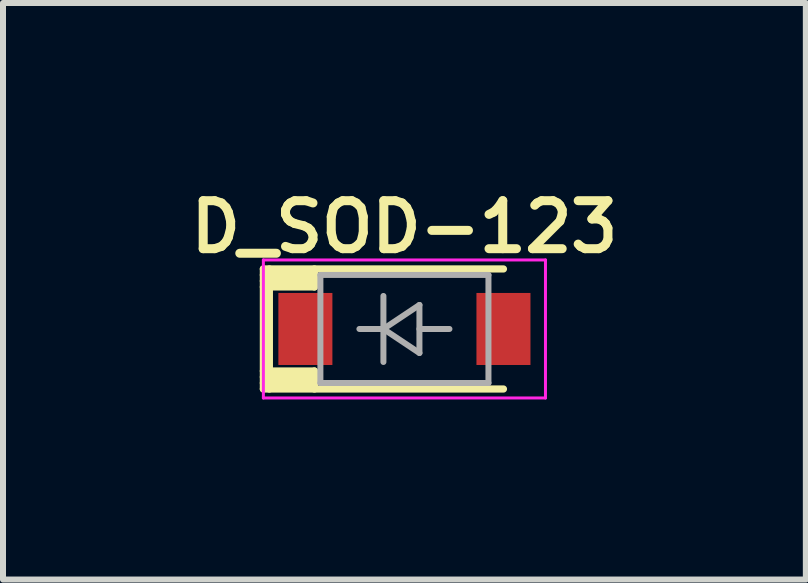
<source format=kicad_pcb>
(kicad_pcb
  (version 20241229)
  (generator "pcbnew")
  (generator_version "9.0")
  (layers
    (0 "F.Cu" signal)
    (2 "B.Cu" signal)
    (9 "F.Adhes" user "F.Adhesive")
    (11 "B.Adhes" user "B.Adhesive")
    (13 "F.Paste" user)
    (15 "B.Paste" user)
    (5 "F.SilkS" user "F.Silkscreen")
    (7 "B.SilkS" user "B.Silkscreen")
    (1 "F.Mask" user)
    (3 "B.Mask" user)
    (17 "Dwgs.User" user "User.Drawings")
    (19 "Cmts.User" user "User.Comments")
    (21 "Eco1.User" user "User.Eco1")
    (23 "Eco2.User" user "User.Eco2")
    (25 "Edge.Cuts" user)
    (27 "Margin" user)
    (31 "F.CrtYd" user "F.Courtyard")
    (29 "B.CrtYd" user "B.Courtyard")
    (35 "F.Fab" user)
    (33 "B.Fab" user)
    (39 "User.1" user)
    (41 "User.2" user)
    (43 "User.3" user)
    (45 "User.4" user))
  (footprint "D_SOD-123"
    (layer "F.Cu")
    (at 3.688 2.431)
    (property "Reference" "D_SOD-123" (at 0 -1.7 0) (layer "F.SilkS") (effects (font (size 0.8 0.8) (thickness 0.15))))
    (attr smd)
    (fp_line (start -2.35 -1) (end -2.35 1) (stroke (width 0.12) (type solid)) (layer "F.SilkS"))
    (fp_line (start -2.35 -1) (end 1.65 -1) (stroke (width 0.12) (type solid)) (layer "F.SilkS"))
    (fp_line (start -2.35 -0.9) (end -1.5 -0.9) (stroke (width 0.12) (type solid)) (layer "F.SilkS"))
    (fp_line (start -2.35 -0.8) (end -1.5 -0.8) (stroke (width 0.12) (type solid)) (layer "F.SilkS"))
    (fp_line (start -2.35 -0.7) (end -1.5 -0.7) (stroke (width 0.12) (type solid)) (layer "F.SilkS"))
    (fp_line (start -2.35 0.7) (end -1.5 0.7) (stroke (width 0.12) (type solid)) (layer "F.SilkS"))
    (fp_line (start -2.35 0.8) (end -1.5 0.8) (stroke (width 0.12) (type solid)) (layer "F.SilkS"))
    (fp_line (start -2.35 0.9) (end -1.5 0.9) (stroke (width 0.12) (type solid)) (layer "F.SilkS"))
    (fp_line (start -2.35 1) (end 1.65 1) (stroke (width 0.12) (type solid)) (layer "F.SilkS"))
    (fp_line (start -2.25 -1) (end -2.25 1) (stroke (width 0.12) (type solid)) (layer "F.SilkS"))
    (fp_line (start -1.5 -1) (end -1.5 -0.7) (stroke (width 0.12) (type solid)) (layer "F.SilkS"))
    (fp_line (start -1.5 0.7) (end -1.5 1) (stroke (width 0.12) (type solid)) (layer "F.SilkS"))
    (fp_line (start -2.35 -1.15) (end -2.35 1.15) (stroke (width 0.05) (type solid)) (layer "F.CrtYd"))
    (fp_line (start -2.35 -1.15) (end 2.35 -1.15) (stroke (width 0.05) (type solid)) (layer "F.CrtYd"))
    (fp_line (start 2.35 -1.15) (end 2.35 1.15) (stroke (width 0.05) (type solid)) (layer "F.CrtYd"))
    (fp_line (start 2.35 1.15) (end -2.35 1.15) (stroke (width 0.05) (type solid)) (layer "F.CrtYd"))
    (fp_line (start -1.4 -0.9) (end 1.4 -0.9) (stroke (width 0.1) (type solid)) (layer "F.Fab"))
    (fp_line (start -1.4 0.9) (end -1.4 -0.9) (stroke (width 0.1) (type solid)) (layer "F.Fab"))
    (fp_line (start -0.75 0) (end -0.35 0) (stroke (width 0.1) (type solid)) (layer "F.Fab"))
    (fp_line (start -0.35 0) (end -0.35 -0.55) (stroke (width 0.1) (type solid)) (layer "F.Fab"))
    (fp_line (start -0.35 0) (end -0.35 0.55) (stroke (width 0.1) (type solid)) (layer "F.Fab"))
    (fp_line (start -0.35 0) (end 0.25 -0.4) (stroke (width 0.1) (type solid)) (layer "F.Fab"))
    (fp_line (start 0.25 -0.4) (end 0.25 0.4) (stroke (width 0.1) (type solid)) (layer "F.Fab"))
    (fp_line (start 0.25 0) (end 0.75 0) (stroke (width 0.1) (type solid)) (layer "F.Fab"))
    (fp_line (start 0.25 0.4) (end -0.35 0) (stroke (width 0.1) (type solid)) (layer "F.Fab"))
    (fp_line (start 1.4 -0.9) (end 1.4 0.9) (stroke (width 0.1) (type solid)) (layer "F.Fab"))
    (fp_line (start 1.4 0.9) (end -1.4 0.9) (stroke (width 0.1) (type solid)) (layer "F.Fab"))
    (pad "1" smd rect (at -1.65 0) (size 0.9 1.2) (layers "F.Cu" "F.Mask" "F.Paste"))
    (pad "2" smd rect (at 1.65 0) (size 0.9 1.2) (layers "F.Cu" "F.Mask" "F.Paste")))
  (gr_rect
    (start -3 -3)
    (end 10.376 6.606)
    (stroke (width 0.1) (type default))
    (fill no)
    (layer "Edge.Cuts")))
</source>
